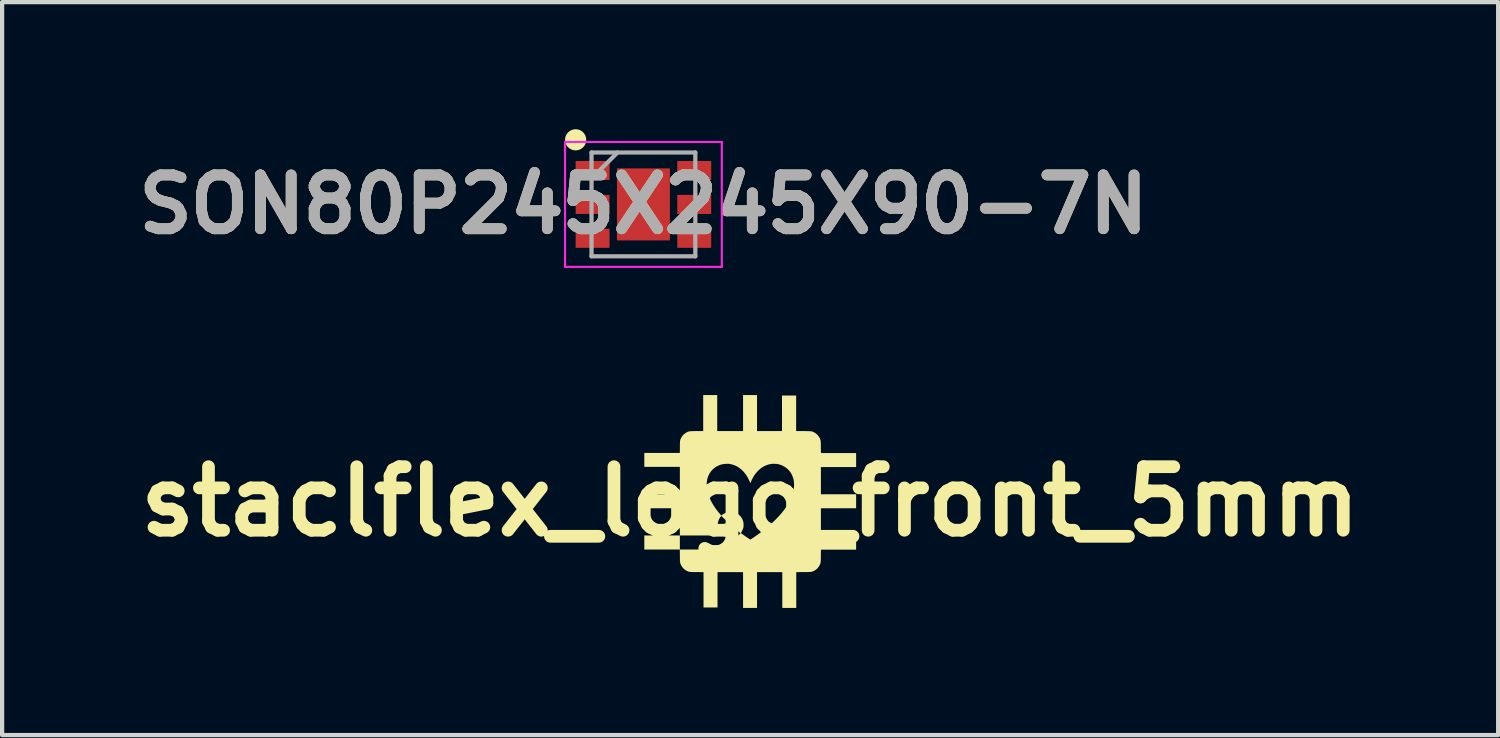
<source format=kicad_pcb>
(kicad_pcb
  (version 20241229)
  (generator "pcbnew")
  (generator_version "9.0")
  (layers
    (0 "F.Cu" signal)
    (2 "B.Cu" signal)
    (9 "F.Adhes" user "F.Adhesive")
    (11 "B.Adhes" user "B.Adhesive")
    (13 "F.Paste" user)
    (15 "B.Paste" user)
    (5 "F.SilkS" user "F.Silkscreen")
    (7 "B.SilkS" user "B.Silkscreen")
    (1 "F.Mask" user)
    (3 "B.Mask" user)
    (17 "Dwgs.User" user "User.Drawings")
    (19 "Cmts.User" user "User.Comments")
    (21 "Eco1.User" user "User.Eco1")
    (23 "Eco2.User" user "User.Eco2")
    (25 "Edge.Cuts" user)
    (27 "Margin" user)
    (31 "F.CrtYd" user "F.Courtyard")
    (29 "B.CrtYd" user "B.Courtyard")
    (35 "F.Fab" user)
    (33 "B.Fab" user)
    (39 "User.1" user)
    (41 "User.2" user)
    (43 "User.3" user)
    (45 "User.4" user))
  (footprint "SON80P245X245X90-7N"
    (layer "F.Cu")
    (at 12.138 1.775)
    (property "Reference" "SON80P245X245X90-7N" (at 0 0 0) (layer "F.SilkS") (effects (font (size 1.27 1.27) (thickness 0.254))))
    (attr smd)
    (fp_circle (center -1.6 -1.525) (end -1.6 -1.4) (stroke (width 0.25) (type solid)) (fill no) (layer "F.SilkS"))
    (fp_line (start -1.85 -1.475) (end 1.85 -1.475) (stroke (width 0.05) (type solid)) (layer "F.CrtYd"))
    (fp_line (start -1.85 1.475) (end -1.85 -1.475) (stroke (width 0.05) (type solid)) (layer "F.CrtYd"))
    (fp_line (start 1.85 -1.475) (end 1.85 1.475) (stroke (width 0.05) (type solid)) (layer "F.CrtYd"))
    (fp_line (start 1.85 1.475) (end -1.85 1.475) (stroke (width 0.05) (type solid)) (layer "F.CrtYd"))
    (fp_line (start -1.225 -1.225) (end 1.225 -1.225) (stroke (width 0.1) (type solid)) (layer "F.Fab"))
    (fp_line (start -1.225 -0.612) (end -0.612 -1.225) (stroke (width 0.1) (type solid)) (layer "F.Fab"))
    (fp_line (start -1.225 1.225) (end -1.225 -1.225) (stroke (width 0.1) (type solid)) (layer "F.Fab"))
    (fp_line (start 1.225 -1.225) (end 1.225 1.225) (stroke (width 0.1) (type solid)) (layer "F.Fab"))
    (fp_line (start 1.225 1.225) (end -1.225 1.225) (stroke (width 0.1) (type solid)) (layer "F.Fab"))
    (fp_text user "${REFERENCE}" (at 0 0 0) (layer "F.Fab") (effects (font (size 1.27 1.27) (thickness 0.254))))
    (pad "1" smd rect (at -1.2 -0.8 90) (size 0.45 0.8) (layers "F.Cu" "F.Mask" "F.Paste"))
    (pad "2" smd rect (at -1.2 0 90) (size 0.45 0.8) (layers "F.Cu" "F.Mask" "F.Paste"))
    (pad "3" smd rect (at -1.2 0.8 90) (size 0.45 0.8) (layers "F.Cu" "F.Mask" "F.Paste"))
    (pad "4" smd rect (at 1.2 0.8 90) (size 0.45 0.8) (layers "F.Cu" "F.Mask" "F.Paste"))
    (pad "5" smd rect (at 1.2 0 90) (size 0.45 0.8) (layers "F.Cu" "F.Mask" "F.Paste"))
    (pad "6" smd rect (at 1.2 -0.8 90) (size 0.45 0.8) (layers "F.Cu" "F.Mask" "F.Paste"))
    (pad "7" smd rect (at 0 0) (size 1.25 1.7) (layers "F.Cu" "F.Mask" "F.Paste")))
  (footprint "staclflex_logo_front_5mm"
    (layer "F.Cu")
    (at 14.657 8.788)
    (property "Reference" "staclflex_logo_front_5mm" (at 0 0 0) (layer "F.SilkS") (effects (font (size 1.5 1.5) (thickness 0.3))))
    (attr board_only exclude_from_pos_files exclude_from_bom)
    (fp_poly (pts (xy -0.777 -2.088) (xy -0.777 -1.663) (xy -0.472 -1.663) (xy -0.167 -1.663) (xy -0.167 -2.088) (xy -0.167 -2.513) (xy -0.002 -2.513) (xy 0.163 -2.513) (xy 0.163 -2.088) (xy 0.163 -1.663) (xy 0.458 -1.663) (xy 0.752 -1.663) (xy 0.752 -2.082) (xy 0.752 -2.502) (xy 0.919 -2.502) (xy 1.086 -2.502) (xy 1.086 -2.083) (xy 1.086 -1.663) (xy 1.259 -1.662) (xy 1.301 -1.662) (xy 1.337 -1.661) (xy 1.366 -1.661) (xy 1.391 -1.66) (xy 1.411 -1.659) (xy 1.428 -1.658) (xy 1.442 -1.657) (xy 1.454 -1.654) (xy 1.465 -1.651) (xy 1.475 -1.648) (xy 1.485 -1.644) (xy 1.496 -1.638) (xy 1.506 -1.634) (xy 1.544 -1.612) (xy 1.579 -1.583) (xy 1.609 -1.55) (xy 1.633 -1.513) (xy 1.641 -1.498) (xy 1.648 -1.485) (xy 1.653 -1.473) (xy 1.657 -1.462) (xy 1.661 -1.451) (xy 1.663 -1.439) (xy 1.665 -1.425) (xy 1.667 -1.408) (xy 1.668 -1.388) (xy 1.668 -1.363) (xy 1.669 -1.333) (xy 1.669 -1.298) (xy 1.669 -1.285) (xy 1.671 -1.144) (xy 2.086 -1.144) (xy 2.502 -1.144) (xy 2.502 -0.979) (xy 2.502 -0.813) (xy 2.086 -0.813) (xy 1.67 -0.813) (xy 1.67 -0.492) (xy 1.67 -0.171) (xy 2.086 -0.171) (xy 2.502 -0.171) (xy 2.502 -0.005) (xy 2.502 0.16) (xy 2.086 0.16) (xy 1.67 0.16) (xy 1.67 0.481) (xy 1.67 0.802) (xy 2.086 0.802) (xy 2.502 0.802) (xy 2.502 0.97) (xy 2.502 1.137) (xy 2.086 1.137) (xy 1.671 1.137) (xy 1.669 1.283) (xy 1.669 1.321) (xy 1.669 1.354) (xy 1.668 1.381) (xy 1.667 1.403) (xy 1.666 1.421) (xy 1.664 1.436) (xy 1.662 1.448) (xy 1.659 1.46) (xy 1.655 1.471) (xy 1.651 1.482) (xy 1.645 1.494) (xy 1.641 1.502) (xy 1.619 1.54) (xy 1.591 1.575) (xy 1.558 1.605) (xy 1.521 1.63) (xy 1.506 1.638) (xy 1.493 1.643) (xy 1.482 1.648) (xy 1.472 1.653) (xy 1.462 1.656) (xy 1.451 1.659) (xy 1.439 1.661) (xy 1.424 1.662) (xy 1.406 1.663) (xy 1.385 1.664) (xy 1.359 1.665) (xy 1.328 1.665) (xy 1.29 1.666) (xy 1.261 1.666) (xy 1.089 1.667) (xy 1.089 2.09) (xy 1.089 2.513) (xy 0.924 2.513) (xy 0.759 2.513) (xy 0.759 2.09) (xy 0.759 1.667) (xy 0.461 1.667) (xy 0.163 1.667) (xy 0.163 2.09) (xy 0.163 2.513) (xy -0.002 2.513) (xy -0.167 2.513) (xy -0.167 2.09) (xy -0.167 1.667) (xy -0.468 1.667) (xy -0.77 1.667) (xy -0.77 2.084) (xy -0.77 2.502) (xy -0.935 2.502) (xy -1.1 2.502) (xy -1.1 2.084) (xy -1.1 1.667) (xy -1.261 1.666) (xy -1.301 1.665) (xy -1.335 1.665) (xy -1.364 1.665) (xy -1.387 1.664) (xy -1.406 1.663) (xy -1.422 1.661) (xy -1.436 1.659) (xy -1.447 1.657) (xy -1.458 1.654) (xy -1.468 1.65) (xy -1.479 1.645) (xy -1.492 1.639) (xy -1.495 1.638) (xy -1.533 1.615) (xy -1.568 1.587) (xy -1.598 1.554) (xy -1.622 1.517) (xy -1.63 1.502) (xy -1.637 1.489) (xy -1.642 1.477) (xy -1.646 1.466) (xy -1.649 1.455) (xy -1.652 1.444) (xy -1.654 1.43) (xy -1.656 1.414) (xy -1.657 1.394) (xy -1.657 1.371) (xy -1.658 1.342) (xy -1.658 1.307) (xy -1.658 1.281) (xy -1.66 1.133) (xy -2.079 1.133) (xy -2.498 1.133) (xy -2.498 0.968) (xy -2.498 0.802) (xy -2.079 0.802) (xy -1.659 0.802) (xy -1.659 0.968) (xy -1.659 1.133) (xy -1.235 1.133) (xy -1.167 1.133) (xy -1.106 1.133) (xy -1.052 1.133) (xy -1.005 1.133) (xy -0.963 1.132) (xy -0.927 1.132) (xy -0.897 1.132) (xy -0.871 1.132) (xy -0.851 1.131) (xy -0.835 1.131) (xy -0.823 1.13) (xy -0.815 1.13) (xy -0.811 1.129) (xy -0.81 1.129) (xy -0.809 1.126) (xy -0.805 1.129) (xy -0.803 1.129) (xy -0.799 1.126) (xy -0.793 1.121) (xy -0.784 1.113) (xy -0.771 1.102) (xy -0.755 1.087) (xy -0.736 1.068) (xy -0.712 1.044) (xy -0.684 1.016) (xy -0.659 0.992) (xy -0.517 0.85) (xy -0.496 0.854) (xy -0.476 0.856) (xy -0.452 0.856) (xy -0.426 0.854) (xy -0.401 0.851) (xy -0.385 0.848) (xy -0.361 0.84) (xy -0.334 0.829) (xy -0.307 0.814) (xy -0.281 0.798) (xy -0.262 0.784) (xy -0.246 0.77) (xy -0.236 0.76) (xy -0.23 0.753) (xy -0.229 0.748) (xy -0.231 0.745) (xy -0.237 0.741) (xy -0.248 0.733) (xy -0.261 0.722) (xy -0.27 0.715) (xy -0.275 0.711) (xy -0.285 0.702) (xy -0.3 0.689) (xy -0.318 0.673) (xy -0.339 0.654) (xy -0.363 0.632) (xy -0.389 0.609) (xy -0.416 0.584) (xy -0.444 0.559) (xy -0.473 0.533) (xy -0.502 0.507) (xy -0.529 0.482) (xy -0.556 0.457) (xy -0.581 0.435) (xy -0.603 0.414) (xy -0.623 0.397) (xy -0.639 0.382) (xy -0.651 0.371) (xy -0.658 0.364) (xy -0.658 0.364) (xy -0.683 0.34) (xy -0.69 0.349) (xy -0.718 0.388) (xy -0.74 0.431) (xy -0.755 0.475) (xy -0.761 0.499) (xy -0.765 0.528) (xy -0.766 0.553) (xy -0.764 0.579) (xy -0.762 0.598) (xy -0.758 0.625) (xy -0.846 0.714) (xy -0.935 0.802) (xy -1.297 0.802) (xy -1.659 0.802) (xy -1.659 0.481) (xy -1.659 0.16) (xy -2.079 0.16) (xy -2.498 0.16) (xy -2.498 -0.005) (xy -2.498 -0.171) (xy -2.079 -0.171) (xy -1.659 -0.171) (xy -1.659 -0.399) (xy -1.027 -0.399) (xy -1.024 -0.333) (xy -1.014 -0.266) (xy -0.997 -0.197) (xy -0.974 -0.127) (xy -0.945 -0.057) (xy -0.909 0.015) (xy -0.867 0.087) (xy -0.819 0.16) (xy -0.764 0.233) (xy -0.726 0.279) (xy -0.714 0.294) (xy -0.702 0.307) (xy -0.693 0.318) (xy -0.688 0.325) (xy -0.686 0.326) (xy -0.684 0.329) (xy -0.68 0.329) (xy -0.675 0.327) (xy -0.666 0.321) (xy -0.654 0.311) (xy -0.654 0.311) (xy -0.63 0.294) (xy -0.602 0.278) (xy -0.573 0.264) (xy -0.545 0.254) (xy -0.539 0.252) (xy -0.517 0.248) (xy -0.491 0.245) (xy -0.462 0.244) (xy -0.434 0.245) (xy -0.408 0.247) (xy -0.399 0.249) (xy -0.354 0.261) (xy -0.313 0.28) (xy -0.275 0.305) (xy -0.241 0.335) (xy -0.212 0.37) (xy -0.188 0.409) (xy -0.17 0.452) (xy -0.161 0.482) (xy -0.158 0.501) (xy -0.156 0.525) (xy -0.155 0.55) (xy -0.155 0.576) (xy -0.157 0.598) (xy -0.159 0.612) (xy -0.169 0.646) (xy -0.184 0.681) (xy -0.201 0.713) (xy -0.203 0.717) (xy -0.221 0.744) (xy -0.16 0.787) (xy -0.128 0.81) (xy -0.099 0.831) (xy -0.071 0.849) (xy -0.047 0.865) (xy -0.027 0.879) (xy -0.011 0.889) (xy 0.001 0.895) (xy 0.008 0.898) (xy 0.009 0.898) (xy 0.013 0.895) (xy 0.022 0.889) (xy 0.035 0.881) (xy 0.051 0.87) (xy 0.062 0.863) (xy 0.165 0.792) (xy 0.263 0.72) (xy 0.356 0.647) (xy 0.444 0.573) (xy 0.527 0.499) (xy 0.604 0.424) (xy 0.676 0.349) (xy 0.741 0.274) (xy 0.801 0.199) (xy 0.854 0.125) (xy 0.9 0.051) (xy 0.939 -0.022) (xy 0.964 -0.074) (xy 0.991 -0.145) (xy 1.013 -0.214) (xy 1.027 -0.282) (xy 1.036 -0.347) (xy 1.037 -0.411) (xy 1.033 -0.473) (xy 1.022 -0.532) (xy 1.004 -0.588) (xy 0.98 -0.642) (xy 0.95 -0.692) (xy 0.949 -0.694) (xy 0.913 -0.738) (xy 0.873 -0.777) (xy 0.828 -0.811) (xy 0.778 -0.84) (xy 0.726 -0.863) (xy 0.67 -0.879) (xy 0.652 -0.883) (xy 0.627 -0.887) (xy 0.597 -0.889) (xy 0.566 -0.89) (xy 0.535 -0.89) (xy 0.507 -0.888) (xy 0.492 -0.886) (xy 0.432 -0.873) (xy 0.373 -0.853) (xy 0.318 -0.826) (xy 0.265 -0.793) (xy 0.216 -0.753) (xy 0.169 -0.707) (xy 0.125 -0.654) (xy 0.093 -0.608) (xy 0.081 -0.589) (xy 0.067 -0.564) (xy 0.053 -0.537) (xy 0.039 -0.51) (xy 0.027 -0.483) (xy 0.022 -0.47) (xy 0.015 -0.455) (xy 0.01 -0.443) (xy 0.007 -0.435) (xy 0.005 -0.433) (xy 0.004 -0.435) (xy 0.001 -0.443) (xy -0.002 -0.449) (xy -0.008 -0.464) (xy -0.016 -0.483) (xy -0.027 -0.505) (xy -0.039 -0.529) (xy -0.05 -0.552) (xy -0.062 -0.574) (xy -0.072 -0.592) (xy -0.078 -0.603) (xy -0.118 -0.659) (xy -0.161 -0.71) (xy -0.208 -0.756) (xy -0.257 -0.794) (xy -0.308 -0.827) (xy -0.362 -0.853) (xy -0.417 -0.872) (xy -0.423 -0.873) (xy -0.453 -0.881) (xy -0.48 -0.886) (xy -0.507 -0.889) (xy -0.537 -0.89) (xy -0.556 -0.89) (xy -0.614 -0.886) (xy -0.67 -0.876) (xy -0.724 -0.859) (xy -0.775 -0.836) (xy -0.822 -0.808) (xy -0.865 -0.774) (xy -0.905 -0.735) (xy -0.939 -0.692) (xy -0.968 -0.644) (xy -0.992 -0.592) (xy -1.01 -0.536) (xy -1.012 -0.525) (xy -1.023 -0.463) (xy -1.027 -0.399) (xy -1.659 -0.399) (xy -1.659 -0.494) (xy -1.659 -0.817) (xy -2.079 -0.817) (xy -2.498 -0.817) (xy -2.498 -0.982) (xy -2.498 -1.147) (xy -2.079 -1.147) (xy -1.66 -1.147) (xy -1.658 -1.286) (xy -1.658 -1.324) (xy -1.658 -1.356) (xy -1.657 -1.382) (xy -1.656 -1.403) (xy -1.655 -1.421) (xy -1.653 -1.435) (xy -1.65 -1.448) (xy -1.647 -1.459) (xy -1.643 -1.47) (xy -1.638 -1.482) (xy -1.632 -1.495) (xy -1.63 -1.498) (xy -1.608 -1.537) (xy -1.58 -1.571) (xy -1.547 -1.601) (xy -1.51 -1.626) (xy -1.495 -1.634) (xy -1.482 -1.64) (xy -1.471 -1.645) (xy -1.46 -1.649) (xy -1.449 -1.653) (xy -1.438 -1.655) (xy -1.425 -1.657) (xy -1.409 -1.659) (xy -1.391 -1.66) (xy -1.368 -1.661) (xy -1.34 -1.661) (xy -1.307 -1.662) (xy -1.267 -1.662) (xy -1.265 -1.662) (xy -1.108 -1.663) (xy -1.108 -2.088) (xy -1.108 -2.513) (xy -0.942 -2.513) (xy -0.777 -2.513)) (stroke (width 0) (type solid)) (fill yes) (layer "F.SilkS")))
  (gr_rect
    (start -3 -3)
    (end 32.314 14.301)
    (stroke (width 0.1) (type default))
    (fill no)
    (layer "Edge.Cuts")))
</source>
